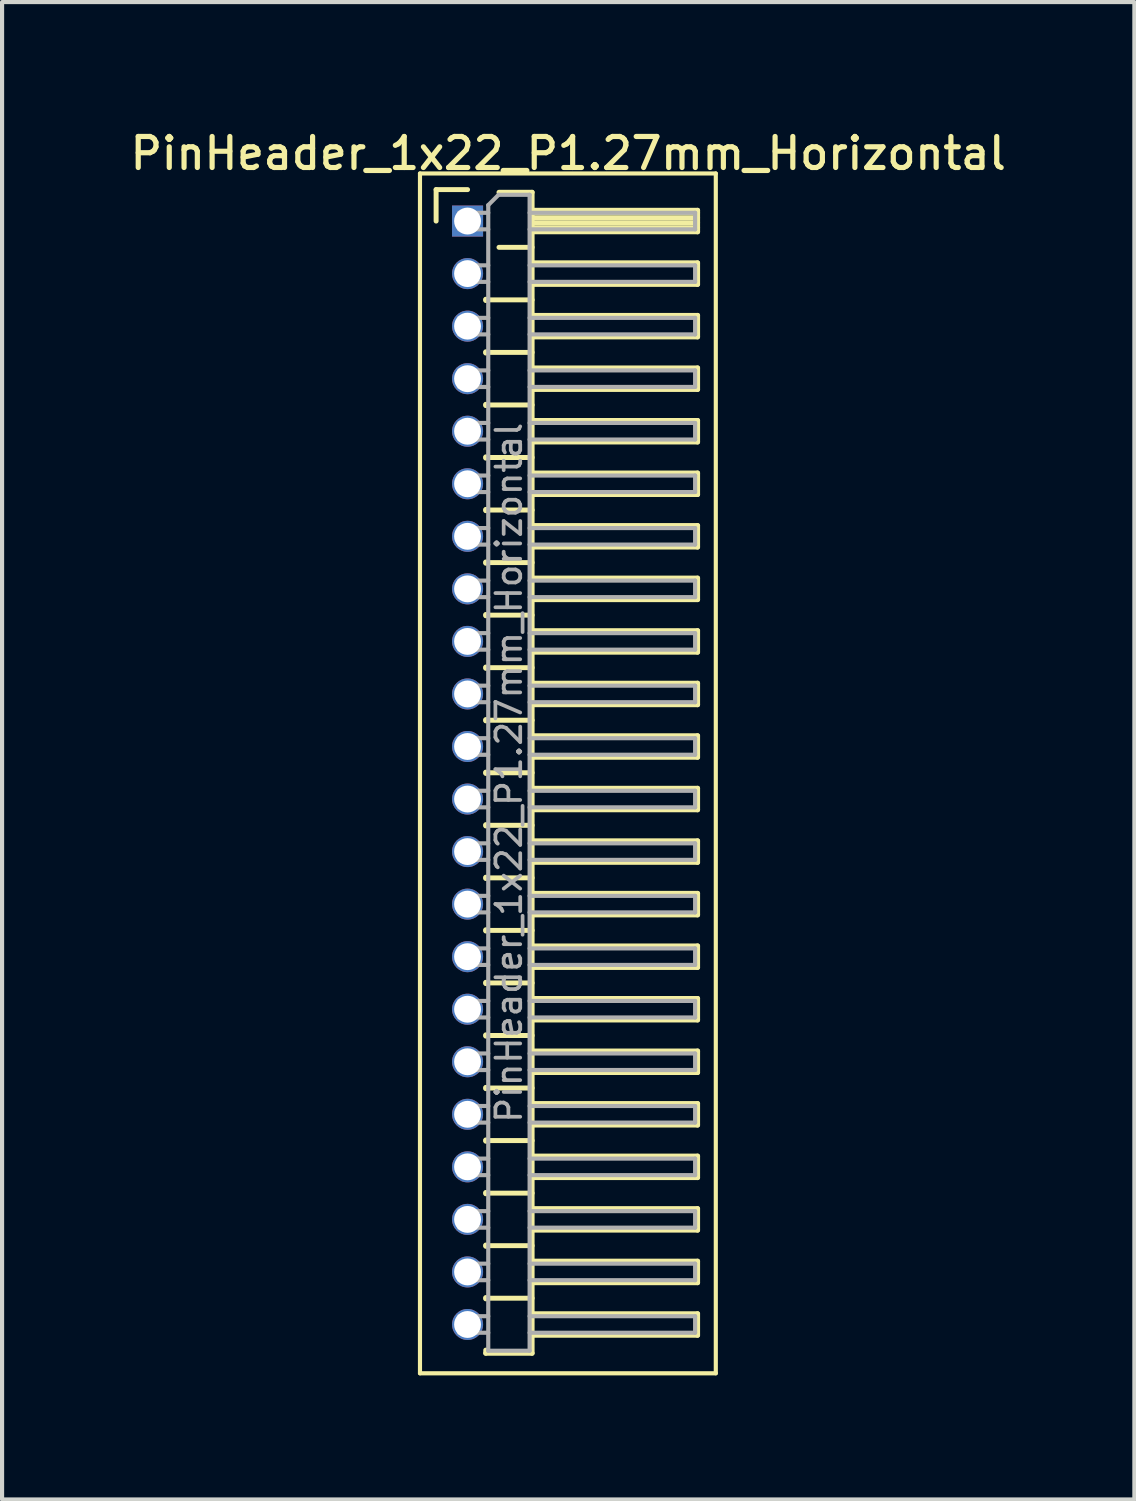
<source format=kicad_pcb>
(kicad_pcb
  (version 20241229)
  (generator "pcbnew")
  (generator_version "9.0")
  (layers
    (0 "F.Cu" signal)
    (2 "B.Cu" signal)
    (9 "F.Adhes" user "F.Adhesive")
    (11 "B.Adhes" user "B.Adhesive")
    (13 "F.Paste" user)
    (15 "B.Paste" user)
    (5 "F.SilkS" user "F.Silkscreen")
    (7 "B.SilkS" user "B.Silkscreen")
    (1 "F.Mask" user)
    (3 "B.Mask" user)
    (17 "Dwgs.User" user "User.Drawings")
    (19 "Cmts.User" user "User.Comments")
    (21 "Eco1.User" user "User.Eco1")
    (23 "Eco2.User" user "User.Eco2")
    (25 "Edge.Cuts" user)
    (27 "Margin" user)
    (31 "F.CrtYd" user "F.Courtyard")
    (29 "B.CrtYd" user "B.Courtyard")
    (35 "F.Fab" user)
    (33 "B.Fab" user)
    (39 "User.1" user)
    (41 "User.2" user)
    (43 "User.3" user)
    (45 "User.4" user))
  (footprint "PinHeader_1x22_P1.27mm_Horizontal"
    (layer "F.Cu")
    (at 8.251 2.293)
    (property "Reference" "PinHeader_1x22_P1.27mm_Horizontal" (at 2.433 -1.635 0) (layer "F.SilkS") (effects (font (size 0.75 0.75) (thickness 0.125))))
    (attr through_hole)
    (fp_line (start -1.15 -1.15) (end -1.15 27.85) (stroke (width 0.1) (type solid)) (layer "F.SilkS"))
    (fp_line (start -1.15 27.85) (end 6 27.85) (stroke (width 0.1) (type solid)) (layer "F.SilkS"))
    (fp_line (start -0.76 -0.76) (end 0 -0.76) (stroke (width 0.12) (type solid)) (layer "F.SilkS"))
    (fp_line (start -0.76 0) (end -0.76 -0.76) (stroke (width 0.12) (type solid)) (layer "F.SilkS"))
    (fp_line (start 0.44 1.89) (end 0.44 1.92) (stroke (width 0.12) (type solid)) (layer "F.SilkS"))
    (fp_line (start 0.44 1.905) (end 1.56 1.905) (stroke (width 0.12) (type solid)) (layer "F.SilkS"))
    (fp_line (start 0.44 3.16) (end 0.44 3.19) (stroke (width 0.12) (type solid)) (layer "F.SilkS"))
    (fp_line (start 0.44 3.175) (end 1.56 3.175) (stroke (width 0.12) (type solid)) (layer "F.SilkS"))
    (fp_line (start 0.44 4.43) (end 0.44 4.46) (stroke (width 0.12) (type solid)) (layer "F.SilkS"))
    (fp_line (start 0.44 4.445) (end 1.56 4.445) (stroke (width 0.12) (type solid)) (layer "F.SilkS"))
    (fp_line (start 0.44 5.7) (end 0.44 5.73) (stroke (width 0.12) (type solid)) (layer "F.SilkS"))
    (fp_line (start 0.44 5.715) (end 1.56 5.715) (stroke (width 0.12) (type solid)) (layer "F.SilkS"))
    (fp_line (start 0.44 6.97) (end 0.44 7) (stroke (width 0.12) (type solid)) (layer "F.SilkS"))
    (fp_line (start 0.44 6.985) (end 1.56 6.985) (stroke (width 0.12) (type solid)) (layer "F.SilkS"))
    (fp_line (start 0.44 8.24) (end 0.44 8.27) (stroke (width 0.12) (type solid)) (layer "F.SilkS"))
    (fp_line (start 0.44 8.255) (end 1.56 8.255) (stroke (width 0.12) (type solid)) (layer "F.SilkS"))
    (fp_line (start 0.44 9.51) (end 0.44 9.54) (stroke (width 0.12) (type solid)) (layer "F.SilkS"))
    (fp_line (start 0.44 9.525) (end 1.56 9.525) (stroke (width 0.12) (type solid)) (layer "F.SilkS"))
    (fp_line (start 0.44 10.78) (end 0.44 10.81) (stroke (width 0.12) (type solid)) (layer "F.SilkS"))
    (fp_line (start 0.44 10.795) (end 1.56 10.795) (stroke (width 0.12) (type solid)) (layer "F.SilkS"))
    (fp_line (start 0.44 12.05) (end 0.44 12.08) (stroke (width 0.12) (type solid)) (layer "F.SilkS"))
    (fp_line (start 0.44 12.065) (end 1.56 12.065) (stroke (width 0.12) (type solid)) (layer "F.SilkS"))
    (fp_line (start 0.44 13.32) (end 0.44 13.35) (stroke (width 0.12) (type solid)) (layer "F.SilkS"))
    (fp_line (start 0.44 13.335) (end 1.56 13.335) (stroke (width 0.12) (type solid)) (layer "F.SilkS"))
    (fp_line (start 0.44 14.59) (end 0.44 14.62) (stroke (width 0.12) (type solid)) (layer "F.SilkS"))
    (fp_line (start 0.44 14.605) (end 1.56 14.605) (stroke (width 0.12) (type solid)) (layer "F.SilkS"))
    (fp_line (start 0.44 15.86) (end 0.44 15.89) (stroke (width 0.12) (type solid)) (layer "F.SilkS"))
    (fp_line (start 0.44 15.875) (end 1.56 15.875) (stroke (width 0.12) (type solid)) (layer "F.SilkS"))
    (fp_line (start 0.44 17.13) (end 0.44 17.16) (stroke (width 0.12) (type solid)) (layer "F.SilkS"))
    (fp_line (start 0.44 17.145) (end 1.56 17.145) (stroke (width 0.12) (type solid)) (layer "F.SilkS"))
    (fp_line (start 0.44 18.4) (end 0.44 18.43) (stroke (width 0.12) (type solid)) (layer "F.SilkS"))
    (fp_line (start 0.44 18.415) (end 1.56 18.415) (stroke (width 0.12) (type solid)) (layer "F.SilkS"))
    (fp_line (start 0.44 19.67) (end 0.44 19.7) (stroke (width 0.12) (type solid)) (layer "F.SilkS"))
    (fp_line (start 0.44 19.685) (end 1.56 19.685) (stroke (width 0.12) (type solid)) (layer "F.SilkS"))
    (fp_line (start 0.44 20.94) (end 0.44 20.97) (stroke (width 0.12) (type solid)) (layer "F.SilkS"))
    (fp_line (start 0.44 20.955) (end 1.56 20.955) (stroke (width 0.12) (type solid)) (layer "F.SilkS"))
    (fp_line (start 0.44 22.21) (end 0.44 22.24) (stroke (width 0.12) (type solid)) (layer "F.SilkS"))
    (fp_line (start 0.44 22.225) (end 1.56 22.225) (stroke (width 0.12) (type solid)) (layer "F.SilkS"))
    (fp_line (start 0.44 23.48) (end 0.44 23.51) (stroke (width 0.12) (type solid)) (layer "F.SilkS"))
    (fp_line (start 0.44 23.495) (end 1.56 23.495) (stroke (width 0.12) (type solid)) (layer "F.SilkS"))
    (fp_line (start 0.44 24.75) (end 0.44 24.78) (stroke (width 0.12) (type solid)) (layer "F.SilkS"))
    (fp_line (start 0.44 24.765) (end 1.56 24.765) (stroke (width 0.12) (type solid)) (layer "F.SilkS"))
    (fp_line (start 0.44 26.02) (end 0.44 26.05) (stroke (width 0.12) (type solid)) (layer "F.SilkS"))
    (fp_line (start 0.44 26.035) (end 1.56 26.035) (stroke (width 0.12) (type solid)) (layer "F.SilkS"))
    (fp_line (start 0.44 27.365) (end 0.44 27.29) (stroke (width 0.12) (type solid)) (layer "F.SilkS"))
    (fp_line (start 0.76 -0.695) (end 1.56 -0.695) (stroke (width 0.12) (type solid)) (layer "F.SilkS"))
    (fp_line (start 0.76 0.635) (end 1.56 0.635) (stroke (width 0.12) (type solid)) (layer "F.SilkS"))
    (fp_line (start 1.56 -0.695) (end 1.56 27.365) (stroke (width 0.12) (type solid)) (layer "F.SilkS"))
    (fp_line (start 1.56 -0.26) (end 5.56 -0.26) (stroke (width 0.12) (type solid)) (layer "F.SilkS"))
    (fp_line (start 1.56 -0.2) (end 5.56 -0.2) (stroke (width 0.12) (type solid)) (layer "F.SilkS"))
    (fp_line (start 1.56 -0.08) (end 5.56 -0.08) (stroke (width 0.12) (type solid)) (layer "F.SilkS"))
    (fp_line (start 1.56 0.04) (end 5.56 0.04) (stroke (width 0.12) (type solid)) (layer "F.SilkS"))
    (fp_line (start 1.56 0.16) (end 5.56 0.16) (stroke (width 0.12) (type solid)) (layer "F.SilkS"))
    (fp_line (start 1.56 1.01) (end 5.56 1.01) (stroke (width 0.12) (type solid)) (layer "F.SilkS"))
    (fp_line (start 1.56 2.28) (end 5.56 2.28) (stroke (width 0.12) (type solid)) (layer "F.SilkS"))
    (fp_line (start 1.56 3.55) (end 5.56 3.55) (stroke (width 0.12) (type solid)) (layer "F.SilkS"))
    (fp_line (start 1.56 4.82) (end 5.56 4.82) (stroke (width 0.12) (type solid)) (layer "F.SilkS"))
    (fp_line (start 1.56 6.09) (end 5.56 6.09) (stroke (width 0.12) (type solid)) (layer "F.SilkS"))
    (fp_line (start 1.56 7.36) (end 5.56 7.36) (stroke (width 0.12) (type solid)) (layer "F.SilkS"))
    (fp_line (start 1.56 8.63) (end 5.56 8.63) (stroke (width 0.12) (type solid)) (layer "F.SilkS"))
    (fp_line (start 1.56 9.9) (end 5.56 9.9) (stroke (width 0.12) (type solid)) (layer "F.SilkS"))
    (fp_line (start 1.56 11.17) (end 5.56 11.17) (stroke (width 0.12) (type solid)) (layer "F.SilkS"))
    (fp_line (start 1.56 12.44) (end 5.56 12.44) (stroke (width 0.12) (type solid)) (layer "F.SilkS"))
    (fp_line (start 1.56 13.71) (end 5.56 13.71) (stroke (width 0.12) (type solid)) (layer "F.SilkS"))
    (fp_line (start 1.56 14.98) (end 5.56 14.98) (stroke (width 0.12) (type solid)) (layer "F.SilkS"))
    (fp_line (start 1.56 16.25) (end 5.56 16.25) (stroke (width 0.12) (type solid)) (layer "F.SilkS"))
    (fp_line (start 1.56 17.52) (end 5.56 17.52) (stroke (width 0.12) (type solid)) (layer "F.SilkS"))
    (fp_line (start 1.56 18.79) (end 5.56 18.79) (stroke (width 0.12) (type solid)) (layer "F.SilkS"))
    (fp_line (start 1.56 20.06) (end 5.56 20.06) (stroke (width 0.12) (type solid)) (layer "F.SilkS"))
    (fp_line (start 1.56 21.33) (end 5.56 21.33) (stroke (width 0.12) (type solid)) (layer "F.SilkS"))
    (fp_line (start 1.56 22.6) (end 5.56 22.6) (stroke (width 0.12) (type solid)) (layer "F.SilkS"))
    (fp_line (start 1.56 23.87) (end 5.56 23.87) (stroke (width 0.12) (type solid)) (layer "F.SilkS"))
    (fp_line (start 1.56 25.14) (end 5.56 25.14) (stroke (width 0.12) (type solid)) (layer "F.SilkS"))
    (fp_line (start 1.56 26.41) (end 5.56 26.41) (stroke (width 0.12) (type solid)) (layer "F.SilkS"))
    (fp_line (start 1.56 27.365) (end 0.44 27.365) (stroke (width 0.12) (type solid)) (layer "F.SilkS"))
    (fp_line (start 5.56 -0.26) (end 5.56 0.26) (stroke (width 0.12) (type solid)) (layer "F.SilkS"))
    (fp_line (start 5.56 0.26) (end 1.56 0.26) (stroke (width 0.12) (type solid)) (layer "F.SilkS"))
    (fp_line (start 5.56 1.01) (end 5.56 1.53) (stroke (width 0.12) (type solid)) (layer "F.SilkS"))
    (fp_line (start 5.56 1.53) (end 1.56 1.53) (stroke (width 0.12) (type solid)) (layer "F.SilkS"))
    (fp_line (start 5.56 2.28) (end 5.56 2.8) (stroke (width 0.12) (type solid)) (layer "F.SilkS"))
    (fp_line (start 5.56 2.8) (end 1.56 2.8) (stroke (width 0.12) (type solid)) (layer "F.SilkS"))
    (fp_line (start 5.56 3.55) (end 5.56 4.07) (stroke (width 0.12) (type solid)) (layer "F.SilkS"))
    (fp_line (start 5.56 4.07) (end 1.56 4.07) (stroke (width 0.12) (type solid)) (layer "F.SilkS"))
    (fp_line (start 5.56 4.82) (end 5.56 5.34) (stroke (width 0.12) (type solid)) (layer "F.SilkS"))
    (fp_line (start 5.56 5.34) (end 1.56 5.34) (stroke (width 0.12) (type solid)) (layer "F.SilkS"))
    (fp_line (start 5.56 6.09) (end 5.56 6.61) (stroke (width 0.12) (type solid)) (layer "F.SilkS"))
    (fp_line (start 5.56 6.61) (end 1.56 6.61) (stroke (width 0.12) (type solid)) (layer "F.SilkS"))
    (fp_line (start 5.56 7.36) (end 5.56 7.88) (stroke (width 0.12) (type solid)) (layer "F.SilkS"))
    (fp_line (start 5.56 7.88) (end 1.56 7.88) (stroke (width 0.12) (type solid)) (layer "F.SilkS"))
    (fp_line (start 5.56 8.63) (end 5.56 9.15) (stroke (width 0.12) (type solid)) (layer "F.SilkS"))
    (fp_line (start 5.56 9.15) (end 1.56 9.15) (stroke (width 0.12) (type solid)) (layer "F.SilkS"))
    (fp_line (start 5.56 9.9) (end 5.56 10.42) (stroke (width 0.12) (type solid)) (layer "F.SilkS"))
    (fp_line (start 5.56 10.42) (end 1.56 10.42) (stroke (width 0.12) (type solid)) (layer "F.SilkS"))
    (fp_line (start 5.56 11.17) (end 5.56 11.69) (stroke (width 0.12) (type solid)) (layer "F.SilkS"))
    (fp_line (start 5.56 11.69) (end 1.56 11.69) (stroke (width 0.12) (type solid)) (layer "F.SilkS"))
    (fp_line (start 5.56 12.44) (end 5.56 12.96) (stroke (width 0.12) (type solid)) (layer "F.SilkS"))
    (fp_line (start 5.56 12.96) (end 1.56 12.96) (stroke (width 0.12) (type solid)) (layer "F.SilkS"))
    (fp_line (start 5.56 13.71) (end 5.56 14.23) (stroke (width 0.12) (type solid)) (layer "F.SilkS"))
    (fp_line (start 5.56 14.23) (end 1.56 14.23) (stroke (width 0.12) (type solid)) (layer "F.SilkS"))
    (fp_line (start 5.56 14.98) (end 5.56 15.5) (stroke (width 0.12) (type solid)) (layer "F.SilkS"))
    (fp_line (start 5.56 15.5) (end 1.56 15.5) (stroke (width 0.12) (type solid)) (layer "F.SilkS"))
    (fp_line (start 5.56 16.25) (end 5.56 16.77) (stroke (width 0.12) (type solid)) (layer "F.SilkS"))
    (fp_line (start 5.56 16.77) (end 1.56 16.77) (stroke (width 0.12) (type solid)) (layer "F.SilkS"))
    (fp_line (start 5.56 17.52) (end 5.56 18.04) (stroke (width 0.12) (type solid)) (layer "F.SilkS"))
    (fp_line (start 5.56 18.04) (end 1.56 18.04) (stroke (width 0.12) (type solid)) (layer "F.SilkS"))
    (fp_line (start 5.56 18.79) (end 5.56 19.31) (stroke (width 0.12) (type solid)) (layer "F.SilkS"))
    (fp_line (start 5.56 19.31) (end 1.56 19.31) (stroke (width 0.12) (type solid)) (layer "F.SilkS"))
    (fp_line (start 5.56 20.06) (end 5.56 20.58) (stroke (width 0.12) (type solid)) (layer "F.SilkS"))
    (fp_line (start 5.56 20.58) (end 1.56 20.58) (stroke (width 0.12) (type solid)) (layer "F.SilkS"))
    (fp_line (start 5.56 21.33) (end 5.56 21.85) (stroke (width 0.12) (type solid)) (layer "F.SilkS"))
    (fp_line (start 5.56 21.85) (end 1.56 21.85) (stroke (width 0.12) (type solid)) (layer "F.SilkS"))
    (fp_line (start 5.56 22.6) (end 5.56 23.12) (stroke (width 0.12) (type solid)) (layer "F.SilkS"))
    (fp_line (start 5.56 23.12) (end 1.56 23.12) (stroke (width 0.12) (type solid)) (layer "F.SilkS"))
    (fp_line (start 5.56 23.87) (end 5.56 24.39) (stroke (width 0.12) (type solid)) (layer "F.SilkS"))
    (fp_line (start 5.56 24.39) (end 1.56 24.39) (stroke (width 0.12) (type solid)) (layer "F.SilkS"))
    (fp_line (start 5.56 25.14) (end 5.56 25.66) (stroke (width 0.12) (type solid)) (layer "F.SilkS"))
    (fp_line (start 5.56 25.66) (end 1.56 25.66) (stroke (width 0.12) (type solid)) (layer "F.SilkS"))
    (fp_line (start 5.56 26.41) (end 5.56 26.93) (stroke (width 0.12) (type solid)) (layer "F.SilkS"))
    (fp_line (start 5.56 26.93) (end 1.56 26.93) (stroke (width 0.12) (type solid)) (layer "F.SilkS"))
    (fp_line (start 6 -1.15) (end -1.15 -1.15) (stroke (width 0.1) (type solid)) (layer "F.SilkS"))
    (fp_line (start 6 27.85) (end 6 -1.15) (stroke (width 0.1) (type solid)) (layer "F.SilkS"))
    (fp_line (start -0.2 -0.2) (end -0.2 0.2) (stroke (width 0.1) (type solid)) (layer "F.Fab"))
    (fp_line (start -0.2 -0.2) (end 0.5 -0.2) (stroke (width 0.1) (type solid)) (layer "F.Fab"))
    (fp_line (start -0.2 0.2) (end 0.5 0.2) (stroke (width 0.1) (type solid)) (layer "F.Fab"))
    (fp_line (start -0.2 1.07) (end -0.2 1.47) (stroke (width 0.1) (type solid)) (layer "F.Fab"))
    (fp_line (start -0.2 1.07) (end 0.5 1.07) (stroke (width 0.1) (type solid)) (layer "F.Fab"))
    (fp_line (start -0.2 1.47) (end 0.5 1.47) (stroke (width 0.1) (type solid)) (layer "F.Fab"))
    (fp_line (start -0.2 2.34) (end -0.2 2.74) (stroke (width 0.1) (type solid)) (layer "F.Fab"))
    (fp_line (start -0.2 2.34) (end 0.5 2.34) (stroke (width 0.1) (type solid)) (layer "F.Fab"))
    (fp_line (start -0.2 2.74) (end 0.5 2.74) (stroke (width 0.1) (type solid)) (layer "F.Fab"))
    (fp_line (start -0.2 3.61) (end -0.2 4.01) (stroke (width 0.1) (type solid)) (layer "F.Fab"))
    (fp_line (start -0.2 3.61) (end 0.5 3.61) (stroke (width 0.1) (type solid)) (layer "F.Fab"))
    (fp_line (start -0.2 4.01) (end 0.5 4.01) (stroke (width 0.1) (type solid)) (layer "F.Fab"))
    (fp_line (start -0.2 4.88) (end -0.2 5.28) (stroke (width 0.1) (type solid)) (layer "F.Fab"))
    (fp_line (start -0.2 4.88) (end 0.5 4.88) (stroke (width 0.1) (type solid)) (layer "F.Fab"))
    (fp_line (start -0.2 5.28) (end 0.5 5.28) (stroke (width 0.1) (type solid)) (layer "F.Fab"))
    (fp_line (start -0.2 6.15) (end -0.2 6.55) (stroke (width 0.1) (type solid)) (layer "F.Fab"))
    (fp_line (start -0.2 6.15) (end 0.5 6.15) (stroke (width 0.1) (type solid)) (layer "F.Fab"))
    (fp_line (start -0.2 6.55) (end 0.5 6.55) (stroke (width 0.1) (type solid)) (layer "F.Fab"))
    (fp_line (start -0.2 7.42) (end -0.2 7.82) (stroke (width 0.1) (type solid)) (layer "F.Fab"))
    (fp_line (start -0.2 7.42) (end 0.5 7.42) (stroke (width 0.1) (type solid)) (layer "F.Fab"))
    (fp_line (start -0.2 7.82) (end 0.5 7.82) (stroke (width 0.1) (type solid)) (layer "F.Fab"))
    (fp_line (start -0.2 8.69) (end -0.2 9.09) (stroke (width 0.1) (type solid)) (layer "F.Fab"))
    (fp_line (start -0.2 8.69) (end 0.5 8.69) (stroke (width 0.1) (type solid)) (layer "F.Fab"))
    (fp_line (start -0.2 9.09) (end 0.5 9.09) (stroke (width 0.1) (type solid)) (layer "F.Fab"))
    (fp_line (start -0.2 9.96) (end -0.2 10.36) (stroke (width 0.1) (type solid)) (layer "F.Fab"))
    (fp_line (start -0.2 9.96) (end 0.5 9.96) (stroke (width 0.1) (type solid)) (layer "F.Fab"))
    (fp_line (start -0.2 10.36) (end 0.5 10.36) (stroke (width 0.1) (type solid)) (layer "F.Fab"))
    (fp_line (start -0.2 11.23) (end -0.2 11.63) (stroke (width 0.1) (type solid)) (layer "F.Fab"))
    (fp_line (start -0.2 11.23) (end 0.5 11.23) (stroke (width 0.1) (type solid)) (layer "F.Fab"))
    (fp_line (start -0.2 11.63) (end 0.5 11.63) (stroke (width 0.1) (type solid)) (layer "F.Fab"))
    (fp_line (start -0.2 12.5) (end -0.2 12.9) (stroke (width 0.1) (type solid)) (layer "F.Fab"))
    (fp_line (start -0.2 12.5) (end 0.5 12.5) (stroke (width 0.1) (type solid)) (layer "F.Fab"))
    (fp_line (start -0.2 12.9) (end 0.5 12.9) (stroke (width 0.1) (type solid)) (layer "F.Fab"))
    (fp_line (start -0.2 13.77) (end -0.2 14.17) (stroke (width 0.1) (type solid)) (layer "F.Fab"))
    (fp_line (start -0.2 13.77) (end 0.5 13.77) (stroke (width 0.1) (type solid)) (layer "F.Fab"))
    (fp_line (start -0.2 14.17) (end 0.5 14.17) (stroke (width 0.1) (type solid)) (layer "F.Fab"))
    (fp_line (start -0.2 15.04) (end -0.2 15.44) (stroke (width 0.1) (type solid)) (layer "F.Fab"))
    (fp_line (start -0.2 15.04) (end 0.5 15.04) (stroke (width 0.1) (type solid)) (layer "F.Fab"))
    (fp_line (start -0.2 15.44) (end 0.5 15.44) (stroke (width 0.1) (type solid)) (layer "F.Fab"))
    (fp_line (start -0.2 16.31) (end -0.2 16.71) (stroke (width 0.1) (type solid)) (layer "F.Fab"))
    (fp_line (start -0.2 16.31) (end 0.5 16.31) (stroke (width 0.1) (type solid)) (layer "F.Fab"))
    (fp_line (start -0.2 16.71) (end 0.5 16.71) (stroke (width 0.1) (type solid)) (layer "F.Fab"))
    (fp_line (start -0.2 17.58) (end -0.2 17.98) (stroke (width 0.1) (type solid)) (layer "F.Fab"))
    (fp_line (start -0.2 17.58) (end 0.5 17.58) (stroke (width 0.1) (type solid)) (layer "F.Fab"))
    (fp_line (start -0.2 17.98) (end 0.5 17.98) (stroke (width 0.1) (type solid)) (layer "F.Fab"))
    (fp_line (start -0.2 18.85) (end -0.2 19.25) (stroke (width 0.1) (type solid)) (layer "F.Fab"))
    (fp_line (start -0.2 18.85) (end 0.5 18.85) (stroke (width 0.1) (type solid)) (layer "F.Fab"))
    (fp_line (start -0.2 19.25) (end 0.5 19.25) (stroke (width 0.1) (type solid)) (layer "F.Fab"))
    (fp_line (start -0.2 20.12) (end -0.2 20.52) (stroke (width 0.1) (type solid)) (layer "F.Fab"))
    (fp_line (start -0.2 20.12) (end 0.5 20.12) (stroke (width 0.1) (type solid)) (layer "F.Fab"))
    (fp_line (start -0.2 20.52) (end 0.5 20.52) (stroke (width 0.1) (type solid)) (layer "F.Fab"))
    (fp_line (start -0.2 21.39) (end -0.2 21.79) (stroke (width 0.1) (type solid)) (layer "F.Fab"))
    (fp_line (start -0.2 21.39) (end 0.5 21.39) (stroke (width 0.1) (type solid)) (layer "F.Fab"))
    (fp_line (start -0.2 21.79) (end 0.5 21.79) (stroke (width 0.1) (type solid)) (layer "F.Fab"))
    (fp_line (start -0.2 22.66) (end -0.2 23.06) (stroke (width 0.1) (type solid)) (layer "F.Fab"))
    (fp_line (start -0.2 22.66) (end 0.5 22.66) (stroke (width 0.1) (type solid)) (layer "F.Fab"))
    (fp_line (start -0.2 23.06) (end 0.5 23.06) (stroke (width 0.1) (type solid)) (layer "F.Fab"))
    (fp_line (start -0.2 23.93) (end -0.2 24.33) (stroke (width 0.1) (type solid)) (layer "F.Fab"))
    (fp_line (start -0.2 23.93) (end 0.5 23.93) (stroke (width 0.1) (type solid)) (layer "F.Fab"))
    (fp_line (start -0.2 24.33) (end 0.5 24.33) (stroke (width 0.1) (type solid)) (layer "F.Fab"))
    (fp_line (start -0.2 25.2) (end -0.2 25.6) (stroke (width 0.1) (type solid)) (layer "F.Fab"))
    (fp_line (start -0.2 25.2) (end 0.5 25.2) (stroke (width 0.1) (type solid)) (layer "F.Fab"))
    (fp_line (start -0.2 25.6) (end 0.5 25.6) (stroke (width 0.1) (type solid)) (layer "F.Fab"))
    (fp_line (start -0.2 26.47) (end -0.2 26.87) (stroke (width 0.1) (type solid)) (layer "F.Fab"))
    (fp_line (start -0.2 26.47) (end 0.5 26.47) (stroke (width 0.1) (type solid)) (layer "F.Fab"))
    (fp_line (start -0.2 26.87) (end 0.5 26.87) (stroke (width 0.1) (type solid)) (layer "F.Fab"))
    (fp_line (start 0.5 -0.385) (end 0.75 -0.635) (stroke (width 0.1) (type solid)) (layer "F.Fab"))
    (fp_line (start 0.5 27.305) (end 0.5 -0.385) (stroke (width 0.1) (type solid)) (layer "F.Fab"))
    (fp_line (start 0.75 -0.635) (end 1.5 -0.635) (stroke (width 0.1) (type solid)) (layer "F.Fab"))
    (fp_line (start 1.5 -0.635) (end 1.5 27.305) (stroke (width 0.1) (type solid)) (layer "F.Fab"))
    (fp_line (start 1.5 -0.2) (end 5.5 -0.2) (stroke (width 0.1) (type solid)) (layer "F.Fab"))
    (fp_line (start 1.5 0.2) (end 5.5 0.2) (stroke (width 0.1) (type solid)) (layer "F.Fab"))
    (fp_line (start 1.5 1.07) (end 5.5 1.07) (stroke (width 0.1) (type solid)) (layer "F.Fab"))
    (fp_line (start 1.5 1.47) (end 5.5 1.47) (stroke (width 0.1) (type solid)) (layer "F.Fab"))
    (fp_line (start 1.5 2.34) (end 5.5 2.34) (stroke (width 0.1) (type solid)) (layer "F.Fab"))
    (fp_line (start 1.5 2.74) (end 5.5 2.74) (stroke (width 0.1) (type solid)) (layer "F.Fab"))
    (fp_line (start 1.5 3.61) (end 5.5 3.61) (stroke (width 0.1) (type solid)) (layer "F.Fab"))
    (fp_line (start 1.5 4.01) (end 5.5 4.01) (stroke (width 0.1) (type solid)) (layer "F.Fab"))
    (fp_line (start 1.5 4.88) (end 5.5 4.88) (stroke (width 0.1) (type solid)) (layer "F.Fab"))
    (fp_line (start 1.5 5.28) (end 5.5 5.28) (stroke (width 0.1) (type solid)) (layer "F.Fab"))
    (fp_line (start 1.5 6.15) (end 5.5 6.15) (stroke (width 0.1) (type solid)) (layer "F.Fab"))
    (fp_line (start 1.5 6.55) (end 5.5 6.55) (stroke (width 0.1) (type solid)) (layer "F.Fab"))
    (fp_line (start 1.5 7.42) (end 5.5 7.42) (stroke (width 0.1) (type solid)) (layer "F.Fab"))
    (fp_line (start 1.5 7.82) (end 5.5 7.82) (stroke (width 0.1) (type solid)) (layer "F.Fab"))
    (fp_line (start 1.5 8.69) (end 5.5 8.69) (stroke (width 0.1) (type solid)) (layer "F.Fab"))
    (fp_line (start 1.5 9.09) (end 5.5 9.09) (stroke (width 0.1) (type solid)) (layer "F.Fab"))
    (fp_line (start 1.5 9.96) (end 5.5 9.96) (stroke (width 0.1) (type solid)) (layer "F.Fab"))
    (fp_line (start 1.5 10.36) (end 5.5 10.36) (stroke (width 0.1) (type solid)) (layer "F.Fab"))
    (fp_line (start 1.5 11.23) (end 5.5 11.23) (stroke (width 0.1) (type solid)) (layer "F.Fab"))
    (fp_line (start 1.5 11.63) (end 5.5 11.63) (stroke (width 0.1) (type solid)) (layer "F.Fab"))
    (fp_line (start 1.5 12.5) (end 5.5 12.5) (stroke (width 0.1) (type solid)) (layer "F.Fab"))
    (fp_line (start 1.5 12.9) (end 5.5 12.9) (stroke (width 0.1) (type solid)) (layer "F.Fab"))
    (fp_line (start 1.5 13.77) (end 5.5 13.77) (stroke (width 0.1) (type solid)) (layer "F.Fab"))
    (fp_line (start 1.5 14.17) (end 5.5 14.17) (stroke (width 0.1) (type solid)) (layer "F.Fab"))
    (fp_line (start 1.5 15.04) (end 5.5 15.04) (stroke (width 0.1) (type solid)) (layer "F.Fab"))
    (fp_line (start 1.5 15.44) (end 5.5 15.44) (stroke (width 0.1) (type solid)) (layer "F.Fab"))
    (fp_line (start 1.5 16.31) (end 5.5 16.31) (stroke (width 0.1) (type solid)) (layer "F.Fab"))
    (fp_line (start 1.5 16.71) (end 5.5 16.71) (stroke (width 0.1) (type solid)) (layer "F.Fab"))
    (fp_line (start 1.5 17.58) (end 5.5 17.58) (stroke (width 0.1) (type solid)) (layer "F.Fab"))
    (fp_line (start 1.5 17.98) (end 5.5 17.98) (stroke (width 0.1) (type solid)) (layer "F.Fab"))
    (fp_line (start 1.5 18.85) (end 5.5 18.85) (stroke (width 0.1) (type solid)) (layer "F.Fab"))
    (fp_line (start 1.5 19.25) (end 5.5 19.25) (stroke (width 0.1) (type solid)) (layer "F.Fab"))
    (fp_line (start 1.5 20.12) (end 5.5 20.12) (stroke (width 0.1) (type solid)) (layer "F.Fab"))
    (fp_line (start 1.5 20.52) (end 5.5 20.52) (stroke (width 0.1) (type solid)) (layer "F.Fab"))
    (fp_line (start 1.5 21.39) (end 5.5 21.39) (stroke (width 0.1) (type solid)) (layer "F.Fab"))
    (fp_line (start 1.5 21.79) (end 5.5 21.79) (stroke (width 0.1) (type solid)) (layer "F.Fab"))
    (fp_line (start 1.5 22.66) (end 5.5 22.66) (stroke (width 0.1) (type solid)) (layer "F.Fab"))
    (fp_line (start 1.5 23.06) (end 5.5 23.06) (stroke (width 0.1) (type solid)) (layer "F.Fab"))
    (fp_line (start 1.5 23.93) (end 5.5 23.93) (stroke (width 0.1) (type solid)) (layer "F.Fab"))
    (fp_line (start 1.5 24.33) (end 5.5 24.33) (stroke (width 0.1) (type solid)) (layer "F.Fab"))
    (fp_line (start 1.5 25.2) (end 5.5 25.2) (stroke (width 0.1) (type solid)) (layer "F.Fab"))
    (fp_line (start 1.5 25.6) (end 5.5 25.6) (stroke (width 0.1) (type solid)) (layer "F.Fab"))
    (fp_line (start 1.5 26.47) (end 5.5 26.47) (stroke (width 0.1) (type solid)) (layer "F.Fab"))
    (fp_line (start 1.5 26.87) (end 5.5 26.87) (stroke (width 0.1) (type solid)) (layer "F.Fab"))
    (fp_line (start 1.5 27.305) (end 0.5 27.305) (stroke (width 0.1) (type solid)) (layer "F.Fab"))
    (fp_line (start 5.5 -0.2) (end 5.5 0.2) (stroke (width 0.1) (type solid)) (layer "F.Fab"))
    (fp_line (start 5.5 1.07) (end 5.5 1.47) (stroke (width 0.1) (type solid)) (layer "F.Fab"))
    (fp_line (start 5.5 2.34) (end 5.5 2.74) (stroke (width 0.1) (type solid)) (layer "F.Fab"))
    (fp_line (start 5.5 3.61) (end 5.5 4.01) (stroke (width 0.1) (type solid)) (layer "F.Fab"))
    (fp_line (start 5.5 4.88) (end 5.5 5.28) (stroke (width 0.1) (type solid)) (layer "F.Fab"))
    (fp_line (start 5.5 6.15) (end 5.5 6.55) (stroke (width 0.1) (type solid)) (layer "F.Fab"))
    (fp_line (start 5.5 7.42) (end 5.5 7.82) (stroke (width 0.1) (type solid)) (layer "F.Fab"))
    (fp_line (start 5.5 8.69) (end 5.5 9.09) (stroke (width 0.1) (type solid)) (layer "F.Fab"))
    (fp_line (start 5.5 9.96) (end 5.5 10.36) (stroke (width 0.1) (type solid)) (layer "F.Fab"))
    (fp_line (start 5.5 11.23) (end 5.5 11.63) (stroke (width 0.1) (type solid)) (layer "F.Fab"))
    (fp_line (start 5.5 12.5) (end 5.5 12.9) (stroke (width 0.1) (type solid)) (layer "F.Fab"))
    (fp_line (start 5.5 13.77) (end 5.5 14.17) (stroke (width 0.1) (type solid)) (layer "F.Fab"))
    (fp_line (start 5.5 15.04) (end 5.5 15.44) (stroke (width 0.1) (type solid)) (layer "F.Fab"))
    (fp_line (start 5.5 16.31) (end 5.5 16.71) (stroke (width 0.1) (type solid)) (layer "F.Fab"))
    (fp_line (start 5.5 17.58) (end 5.5 17.98) (stroke (width 0.1) (type solid)) (layer "F.Fab"))
    (fp_line (start 5.5 18.85) (end 5.5 19.25) (stroke (width 0.1) (type solid)) (layer "F.Fab"))
    (fp_line (start 5.5 20.12) (end 5.5 20.52) (stroke (width 0.1) (type solid)) (layer "F.Fab"))
    (fp_line (start 5.5 21.39) (end 5.5 21.79) (stroke (width 0.1) (type solid)) (layer "F.Fab"))
    (fp_line (start 5.5 22.66) (end 5.5 23.06) (stroke (width 0.1) (type solid)) (layer "F.Fab"))
    (fp_line (start 5.5 23.93) (end 5.5 24.33) (stroke (width 0.1) (type solid)) (layer "F.Fab"))
    (fp_line (start 5.5 25.2) (end 5.5 25.6) (stroke (width 0.1) (type solid)) (layer "F.Fab"))
    (fp_line (start 5.5 26.47) (end 5.5 26.87) (stroke (width 0.1) (type solid)) (layer "F.Fab"))
    (fp_text user "${REFERENCE}" (at 1 13.335 90) (layer "F.Fab") (effects (font (size 0.6 0.6) (thickness 0.09))))
    (pad "1" thru_hole rect (at 0 0) (size 0.75 0.75) (drill 0.65) (layers "*.Cu" "*.Mask"))
    (pad "2" thru_hole oval (at 0 1.27) (size 0.75 0.75) (drill 0.65) (layers "*.Cu" "*.Mask"))
    (pad "3" thru_hole oval (at 0 2.54) (size 0.75 0.75) (drill 0.65) (layers "*.Cu" "*.Mask"))
    (pad "4" thru_hole oval (at 0 3.81) (size 0.75 0.75) (drill 0.65) (layers "*.Cu" "*.Mask"))
    (pad "5" thru_hole oval (at 0 5.08) (size 0.75 0.75) (drill 0.65) (layers "*.Cu" "*.Mask"))
    (pad "6" thru_hole oval (at 0 6.35) (size 0.75 0.75) (drill 0.65) (layers "*.Cu" "*.Mask"))
    (pad "7" thru_hole oval (at 0 7.62) (size 0.75 0.75) (drill 0.65) (layers "*.Cu" "*.Mask"))
    (pad "8" thru_hole oval (at 0 8.89) (size 0.75 0.75) (drill 0.65) (layers "*.Cu" "*.Mask"))
    (pad "9" thru_hole oval (at 0 10.16) (size 0.75 0.75) (drill 0.65) (layers "*.Cu" "*.Mask"))
    (pad "10" thru_hole oval (at 0 11.43) (size 0.75 0.75) (drill 0.65) (layers "*.Cu" "*.Mask"))
    (pad "11" thru_hole oval (at 0 12.7) (size 0.75 0.75) (drill 0.65) (layers "*.Cu" "*.Mask"))
    (pad "12" thru_hole oval (at 0 13.97) (size 0.75 0.75) (drill 0.65) (layers "*.Cu" "*.Mask"))
    (pad "13" thru_hole oval (at 0 15.24) (size 0.75 0.75) (drill 0.65) (layers "*.Cu" "*.Mask"))
    (pad "14" thru_hole oval (at 0 16.51) (size 0.75 0.75) (drill 0.65) (layers "*.Cu" "*.Mask"))
    (pad "15" thru_hole oval (at 0 17.78) (size 0.75 0.75) (drill 0.65) (layers "*.Cu" "*.Mask"))
    (pad "16" thru_hole oval (at 0 19.05) (size 0.75 0.75) (drill 0.65) (layers "*.Cu" "*.Mask"))
    (pad "17" thru_hole oval (at 0 20.32) (size 0.75 0.75) (drill 0.65) (layers "*.Cu" "*.Mask"))
    (pad "18" thru_hole oval (at 0 21.59) (size 0.75 0.75) (drill 0.65) (layers "*.Cu" "*.Mask"))
    (pad "19" thru_hole oval (at 0 22.86) (size 0.75 0.75) (drill 0.65) (layers "*.Cu" "*.Mask"))
    (pad "20" thru_hole oval (at 0 24.13) (size 0.75 0.75) (drill 0.65) (layers "*.Cu" "*.Mask"))
    (pad "21" thru_hole oval (at 0 25.4) (size 0.75 0.75) (drill 0.65) (layers "*.Cu" "*.Mask"))
    (pad "22" thru_hole oval (at 0 26.67) (size 0.75 0.75) (drill 0.65) (layers "*.Cu" "*.Mask")))
  (gr_rect
    (start -3 -3)
    (end 24.368 33.193)
    (stroke (width 0.1) (type default))
    (fill no)
    (layer "Edge.Cuts")))
</source>
